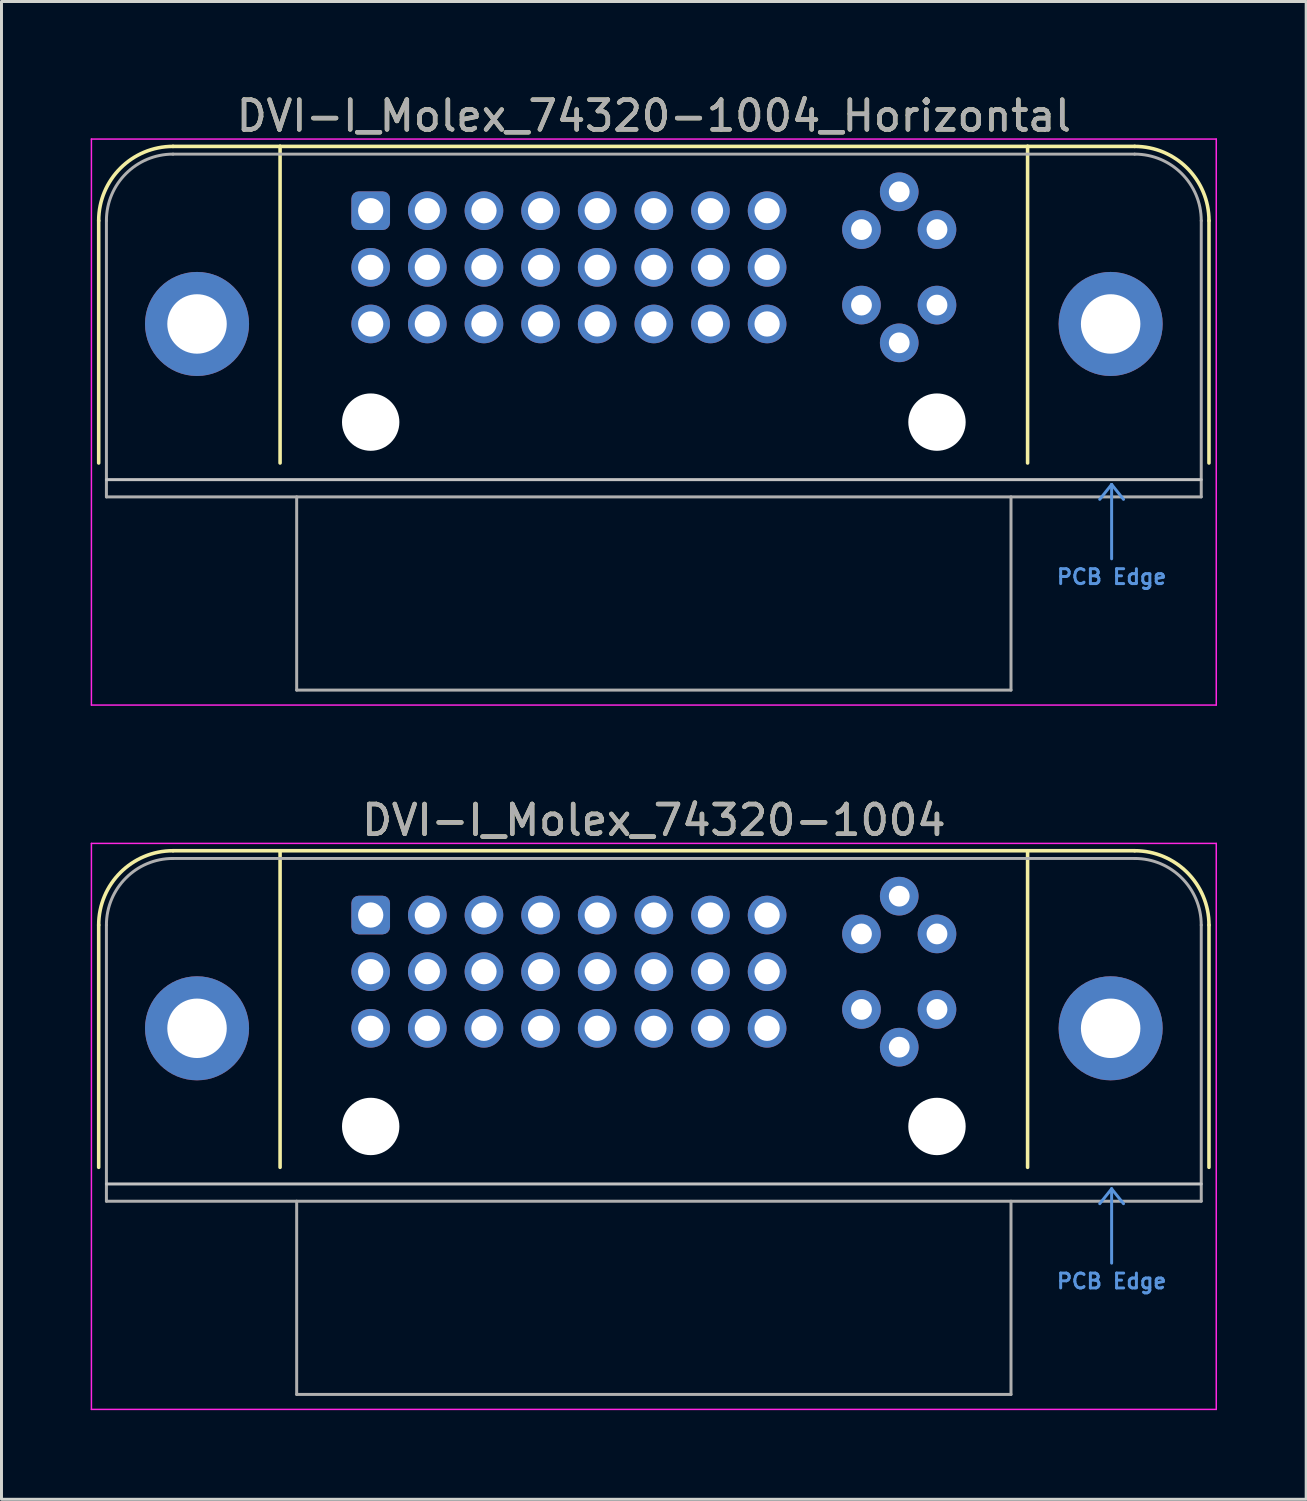
<source format=kicad_pcb>
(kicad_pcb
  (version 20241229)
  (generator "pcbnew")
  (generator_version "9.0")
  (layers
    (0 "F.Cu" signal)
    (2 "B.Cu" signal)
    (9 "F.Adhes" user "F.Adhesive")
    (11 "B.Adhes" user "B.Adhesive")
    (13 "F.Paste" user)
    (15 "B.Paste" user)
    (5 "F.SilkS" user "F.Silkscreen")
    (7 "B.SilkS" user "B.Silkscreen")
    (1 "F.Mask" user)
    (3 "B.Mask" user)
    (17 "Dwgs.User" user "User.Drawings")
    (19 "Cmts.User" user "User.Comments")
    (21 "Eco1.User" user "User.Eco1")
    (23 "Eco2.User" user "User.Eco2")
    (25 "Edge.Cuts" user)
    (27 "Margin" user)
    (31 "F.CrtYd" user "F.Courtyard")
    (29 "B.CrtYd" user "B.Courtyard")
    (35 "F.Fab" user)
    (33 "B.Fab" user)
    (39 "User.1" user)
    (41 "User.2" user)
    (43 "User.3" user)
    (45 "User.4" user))
  (footprint "DVI-I_Molex_74320-1004_Horizontal"
    (layer "F.Cu")
    (at 9.42 4.038)
    (property "Reference" "DVI-I_Molex_74320-1004_Horizontal" (at 9.525 -3.19 0) (layer "F.SilkS") (effects (font (size 1 1) (thickness 0.15))))
    (attr through_hole)
    (fp_line (start -9.15 0.337) (end -9.15 8.487) (stroke (width 0.12) (type solid)) (layer "F.SilkS"))
    (fp_line (start -6.65 -2.163) (end -3.048 -2.163) (stroke (width 0.12) (type solid)) (layer "F.SilkS"))
    (fp_line (start -3.048 -2.163) (end -3.048 8.487) (stroke (width 0.12) (type solid)) (layer "F.SilkS"))
    (fp_line (start -3.048 -2.163) (end 22.098 -2.163) (stroke (width 0.12) (type solid)) (layer "F.SilkS"))
    (fp_line (start 22.098 -2.163) (end 22.098 8.487) (stroke (width 0.12) (type solid)) (layer "F.SilkS"))
    (fp_line (start 22.098 -2.163) (end 25.7 -2.163) (stroke (width 0.12) (type solid)) (layer "F.SilkS"))
    (fp_line (start 28.2 0.337) (end 28.2 8.487) (stroke (width 0.12) (type solid)) (layer "F.SilkS"))
    (fp_arc (start -9.15 0.3366) (mid -8.417767 -1.431167) (end -6.65 -2.1634) (stroke (width 0.12) (type solid)) (layer "F.SilkS"))
    (fp_arc (start 25.7 -2.1634) (mid 27.467767 -1.431167) (end 28.2 0.3366) (stroke (width 0.12) (type solid)) (layer "F.SilkS"))
    (fp_line (start -8.89 9.047) (end 27.94 9.047) (stroke (width 0.1) (type default)) (layer "Dwgs.User"))
    (fp_line (start 24.525 9.71) (end 24.925 9.21) (stroke (width 0.1) (type default)) (layer "Cmts.User"))
    (fp_line (start 24.925 9.21) (end 24.925 11.71) (stroke (width 0.1) (type default)) (layer "Cmts.User"))
    (fp_line (start 24.925 9.21) (end 25.325 9.71) (stroke (width 0.1) (type default)) (layer "Cmts.User"))
    (fp_line (start -9.395 -2.41) (end 28.445 -2.41) (stroke (width 0.05) (type solid)) (layer "F.CrtYd"))
    (fp_line (start -9.395 16.63) (end -9.395 -2.41) (stroke (width 0.05) (type solid)) (layer "F.CrtYd"))
    (fp_line (start 28.445 -2.41) (end 28.445 16.63) (stroke (width 0.05) (type solid)) (layer "F.CrtYd"))
    (fp_line (start 28.445 16.63) (end -9.395 16.63) (stroke (width 0.05) (type solid)) (layer "F.CrtYd"))
    (fp_line (start -8.89 0.337) (end -8.89 9.627) (stroke (width 0.1) (type solid)) (layer "F.Fab"))
    (fp_line (start -8.89 9.627) (end 27.94 9.627) (stroke (width 0.1) (type solid)) (layer "F.Fab"))
    (fp_line (start -6.65 -1.903) (end 25.7 -1.903) (stroke (width 0.1) (type default)) (layer "F.Fab"))
    (fp_line (start -2.49 16.127) (end -2.49 9.627) (stroke (width 0.1) (type solid)) (layer "F.Fab"))
    (fp_line (start -2.49 16.127) (end 21.54 16.127) (stroke (width 0.1) (type solid)) (layer "F.Fab"))
    (fp_line (start 21.54 16.127) (end 21.54 9.627) (stroke (width 0.1) (type solid)) (layer "F.Fab"))
    (fp_line (start 27.94 9.627) (end 27.94 0.337) (stroke (width 0.1) (type solid)) (layer "F.Fab"))
    (fp_arc (start -8.89 0.3366) (mid -8.233919 -1.247319) (end -6.65 -1.9034) (stroke (width 0.1) (type default)) (layer "F.Fab"))
    (fp_arc (start 25.7 -1.9034) (mid 27.283919 -1.247319) (end 27.94 0.3366) (stroke (width 0.1) (type default)) (layer "F.Fab"))
    (fp_text user "PCB Edge" (at 24.925 12.61 0) (unlocked yes) (layer "Cmts.User") (effects (font (size 0.5 0.5) (thickness 0.1) (bold yes)) (justify bottom)))
    (fp_text user "${REFERENCE}" (at 9.525 -3.19 0) (layer "F.Fab") (effects (font (size 1 1) (thickness 0.15))))
    (pad "" np_thru_hole circle (at 0 7.112) (size 1.93 1.93) (drill 1.93) (layers "*.Cu" "*.Mask"))
    (pad "" np_thru_hole circle (at 19.05 7.112) (size 1.93 1.93) (drill 1.93) (layers "*.Cu" "*.Mask"))
    (pad "1" thru_hole roundrect (at 0 0) (size 1.3 1.3) (drill 0.85) (layers "*.Cu" "*.Mask") (roundrect_rratio 0.192))
    (pad "2" thru_hole circle (at 1.905 0) (size 1.3 1.3) (drill 0.85) (layers "*.Cu" "*.Mask"))
    (pad "3" thru_hole circle (at 3.81 0) (size 1.3 1.3) (drill 0.85) (layers "*.Cu" "*.Mask"))
    (pad "4" thru_hole circle (at 5.715 0) (size 1.3 1.3) (drill 0.85) (layers "*.Cu" "*.Mask"))
    (pad "5" thru_hole circle (at 7.62 0) (size 1.3 1.3) (drill 0.85) (layers "*.Cu" "*.Mask"))
    (pad "6" thru_hole circle (at 9.525 0) (size 1.3 1.3) (drill 0.85) (layers "*.Cu" "*.Mask"))
    (pad "7" thru_hole circle (at 11.43 0) (size 1.3 1.3) (drill 0.85) (layers "*.Cu" "*.Mask"))
    (pad "8" thru_hole circle (at 13.335 0) (size 1.3 1.3) (drill 0.85) (layers "*.Cu" "*.Mask"))
    (pad "9" thru_hole circle (at 0 1.905) (size 1.3 1.3) (drill 0.85) (layers "*.Cu" "*.Mask"))
    (pad "10" thru_hole circle (at 1.905 1.905) (size 1.3 1.3) (drill 0.85) (layers "*.Cu" "*.Mask"))
    (pad "11" thru_hole circle (at 3.81 1.905) (size 1.3 1.3) (drill 0.85) (layers "*.Cu" "*.Mask"))
    (pad "12" thru_hole circle (at 5.715 1.905) (size 1.3 1.3) (drill 0.85) (layers "*.Cu" "*.Mask"))
    (pad "13" thru_hole circle (at 7.62 1.905) (size 1.3 1.3) (drill 0.85) (layers "*.Cu" "*.Mask"))
    (pad "14" thru_hole circle (at 9.525 1.905) (size 1.3 1.3) (drill 0.85) (layers "*.Cu" "*.Mask"))
    (pad "15" thru_hole circle (at 11.43 1.905) (size 1.3 1.3) (drill 0.85) (layers "*.Cu" "*.Mask"))
    (pad "16" thru_hole circle (at 13.335 1.905) (size 1.3 1.3) (drill 0.85) (layers "*.Cu" "*.Mask"))
    (pad "17" thru_hole circle (at 0 3.81) (size 1.3 1.3) (drill 0.85) (layers "*.Cu" "*.Mask"))
    (pad "18" thru_hole circle (at 1.905 3.81) (size 1.3 1.3) (drill 0.85) (layers "*.Cu" "*.Mask"))
    (pad "19" thru_hole circle (at 3.81 3.81) (size 1.3 1.3) (drill 0.85) (layers "*.Cu" "*.Mask"))
    (pad "20" thru_hole circle (at 5.715 3.81) (size 1.3 1.3) (drill 0.85) (layers "*.Cu" "*.Mask"))
    (pad "21" thru_hole circle (at 7.62 3.81) (size 1.3 1.3) (drill 0.85) (layers "*.Cu" "*.Mask"))
    (pad "22" thru_hole circle (at 9.525 3.81) (size 1.3 1.3) (drill 0.85) (layers "*.Cu" "*.Mask"))
    (pad "23" thru_hole circle (at 11.43 3.81) (size 1.3 1.3) (drill 0.85) (layers "*.Cu" "*.Mask"))
    (pad "24" thru_hole circle (at 13.335 3.81) (size 1.3 1.3) (drill 0.85) (layers "*.Cu" "*.Mask"))
    (pad "C1" thru_hole circle (at 16.51 0.635) (size 1.3 1.3) (drill 0.7) (layers "*.Cu" "*.Mask"))
    (pad "C2" thru_hole circle (at 19.05 0.635) (size 1.3 1.3) (drill 0.7) (layers "*.Cu" "*.Mask"))
    (pad "C3" thru_hole circle (at 16.51 3.175) (size 1.3 1.3) (drill 0.7) (layers "*.Cu" "*.Mask"))
    (pad "C4" thru_hole circle (at 19.05 3.175) (size 1.3 1.3) (drill 0.7) (layers "*.Cu" "*.Mask"))
    (pad "C5" thru_hole circle (at 17.78 -0.635) (size 1.3 1.3) (drill 0.7) (layers "*.Cu" "*.Mask"))
    (pad "C5" thru_hole circle (at 17.78 4.445) (size 1.3 1.3) (drill 0.7) (layers "*.Cu" "*.Mask"))
    (pad "SH" thru_hole circle (at -5.842 3.81) (size 3.5 3.5) (drill 2) (layers "*.Cu" "*.Mask"))
    (pad "SH" thru_hole circle (at 24.892 3.81) (size 3.5 3.5) (drill 2) (layers "*.Cu" "*.Mask")))
  (footprint "DVI-I_Molex_74320-1004"
    (layer "F.Cu")
    (at 9.42 27.732)
    (property "Reference" "DVI-I_Molex_74320-1004" (at 9.525 -3.19 0) (layer "F.SilkS") (effects (font (size 1 1) (thickness 0.15))))
    (attr through_hole)
    (fp_line (start -9.15 0.337) (end -9.15 8.487) (stroke (width 0.12) (type solid)) (layer "F.SilkS"))
    (fp_line (start -6.65 -2.163) (end -3.048 -2.163) (stroke (width 0.12) (type solid)) (layer "F.SilkS"))
    (fp_line (start -3.048 -2.163) (end -3.048 8.487) (stroke (width 0.12) (type solid)) (layer "F.SilkS"))
    (fp_line (start -3.048 -2.163) (end 22.098 -2.163) (stroke (width 0.12) (type solid)) (layer "F.SilkS"))
    (fp_line (start 22.098 -2.163) (end 22.098 8.487) (stroke (width 0.12) (type solid)) (layer "F.SilkS"))
    (fp_line (start 22.098 -2.163) (end 25.7 -2.163) (stroke (width 0.12) (type solid)) (layer "F.SilkS"))
    (fp_line (start 28.2 0.337) (end 28.2 8.487) (stroke (width 0.12) (type solid)) (layer "F.SilkS"))
    (fp_arc (start -9.15 0.3366) (mid -8.417767 -1.431167) (end -6.65 -2.1634) (stroke (width 0.12) (type solid)) (layer "F.SilkS"))
    (fp_arc (start 25.7 -2.1634) (mid 27.467767 -1.431167) (end 28.2 0.3366) (stroke (width 0.12) (type solid)) (layer "F.SilkS"))
    (fp_line (start -8.89 9.047) (end 27.94 9.047) (stroke (width 0.1) (type default)) (layer "Dwgs.User"))
    (fp_line (start 24.525 9.71) (end 24.925 9.21) (stroke (width 0.1) (type default)) (layer "Cmts.User"))
    (fp_line (start 24.925 9.21) (end 24.925 11.71) (stroke (width 0.1) (type default)) (layer "Cmts.User"))
    (fp_line (start 24.925 9.21) (end 25.325 9.71) (stroke (width 0.1) (type default)) (layer "Cmts.User"))
    (fp_line (start -9.395 -2.41) (end 28.445 -2.41) (stroke (width 0.05) (type solid)) (layer "F.CrtYd"))
    (fp_line (start -9.395 16.63) (end -9.395 -2.41) (stroke (width 0.05) (type solid)) (layer "F.CrtYd"))
    (fp_line (start 28.445 -2.41) (end 28.445 16.63) (stroke (width 0.05) (type solid)) (layer "F.CrtYd"))
    (fp_line (start 28.445 16.63) (end -9.395 16.63) (stroke (width 0.05) (type solid)) (layer "F.CrtYd"))
    (fp_line (start -8.89 0.337) (end -8.89 9.627) (stroke (width 0.1) (type solid)) (layer "F.Fab"))
    (fp_line (start -8.89 9.627) (end 27.94 9.627) (stroke (width 0.1) (type solid)) (layer "F.Fab"))
    (fp_line (start -6.65 -1.903) (end 25.7 -1.903) (stroke (width 0.1) (type default)) (layer "F.Fab"))
    (fp_line (start -2.49 16.127) (end -2.49 9.627) (stroke (width 0.1) (type solid)) (layer "F.Fab"))
    (fp_line (start -2.49 16.127) (end 21.54 16.127) (stroke (width 0.1) (type solid)) (layer "F.Fab"))
    (fp_line (start 21.54 16.127) (end 21.54 9.627) (stroke (width 0.1) (type solid)) (layer "F.Fab"))
    (fp_line (start 27.94 9.627) (end 27.94 0.337) (stroke (width 0.1) (type solid)) (layer "F.Fab"))
    (fp_arc (start -8.89 0.3366) (mid -8.233919 -1.247319) (end -6.65 -1.9034) (stroke (width 0.1) (type default)) (layer "F.Fab"))
    (fp_arc (start 25.7 -1.9034) (mid 27.283919 -1.247319) (end 27.94 0.3366) (stroke (width 0.1) (type default)) (layer "F.Fab"))
    (fp_text user "PCB Edge" (at 24.925 12.61 0) (unlocked yes) (layer "Cmts.User") (effects (font (size 0.5 0.5) (thickness 0.1) (bold yes)) (justify bottom)))
    (fp_text user "${REFERENCE}" (at 9.525 -3.19 0) (layer "F.Fab") (effects (font (size 1 1) (thickness 0.15))))
    (pad "" np_thru_hole circle (at 0 7.112) (size 1.93 1.93) (drill 1.93) (layers "*.Cu" "*.Mask"))
    (pad "" np_thru_hole circle (at 19.05 7.112) (size 1.93 1.93) (drill 1.93) (layers "*.Cu" "*.Mask"))
    (pad "1" thru_hole roundrect (at 0 0) (size 1.3 1.3) (drill 0.85) (layers "*.Cu" "*.Mask") (roundrect_rratio 0.192))
    (pad "2" thru_hole circle (at 1.905 0) (size 1.3 1.3) (drill 0.85) (layers "*.Cu" "*.Mask"))
    (pad "3" thru_hole circle (at 3.81 0) (size 1.3 1.3) (drill 0.85) (layers "*.Cu" "*.Mask"))
    (pad "4" thru_hole circle (at 5.715 0) (size 1.3 1.3) (drill 0.85) (layers "*.Cu" "*.Mask"))
    (pad "5" thru_hole circle (at 7.62 0) (size 1.3 1.3) (drill 0.85) (layers "*.Cu" "*.Mask"))
    (pad "6" thru_hole circle (at 9.525 0) (size 1.3 1.3) (drill 0.85) (layers "*.Cu" "*.Mask"))
    (pad "7" thru_hole circle (at 11.43 0) (size 1.3 1.3) (drill 0.85) (layers "*.Cu" "*.Mask"))
    (pad "8" thru_hole circle (at 13.335 0) (size 1.3 1.3) (drill 0.85) (layers "*.Cu" "*.Mask"))
    (pad "9" thru_hole circle (at 0 1.905) (size 1.3 1.3) (drill 0.85) (layers "*.Cu" "*.Mask"))
    (pad "10" thru_hole circle (at 1.905 1.905) (size 1.3 1.3) (drill 0.85) (layers "*.Cu" "*.Mask"))
    (pad "11" thru_hole circle (at 3.81 1.905) (size 1.3 1.3) (drill 0.85) (layers "*.Cu" "*.Mask"))
    (pad "12" thru_hole circle (at 5.715 1.905) (size 1.3 1.3) (drill 0.85) (layers "*.Cu" "*.Mask"))
    (pad "13" thru_hole circle (at 7.62 1.905) (size 1.3 1.3) (drill 0.85) (layers "*.Cu" "*.Mask"))
    (pad "14" thru_hole circle (at 9.525 1.905) (size 1.3 1.3) (drill 0.85) (layers "*.Cu" "*.Mask"))
    (pad "15" thru_hole circle (at 11.43 1.905) (size 1.3 1.3) (drill 0.85) (layers "*.Cu" "*.Mask"))
    (pad "16" thru_hole circle (at 13.335 1.905) (size 1.3 1.3) (drill 0.85) (layers "*.Cu" "*.Mask"))
    (pad "17" thru_hole circle (at 0 3.81) (size 1.3 1.3) (drill 0.85) (layers "*.Cu" "*.Mask"))
    (pad "18" thru_hole circle (at 1.905 3.81) (size 1.3 1.3) (drill 0.85) (layers "*.Cu" "*.Mask"))
    (pad "19" thru_hole circle (at 3.81 3.81) (size 1.3 1.3) (drill 0.85) (layers "*.Cu" "*.Mask"))
    (pad "20" thru_hole circle (at 5.715 3.81) (size 1.3 1.3) (drill 0.85) (layers "*.Cu" "*.Mask"))
    (pad "21" thru_hole circle (at 7.62 3.81) (size 1.3 1.3) (drill 0.85) (layers "*.Cu" "*.Mask"))
    (pad "22" thru_hole circle (at 9.525 3.81) (size 1.3 1.3) (drill 0.85) (layers "*.Cu" "*.Mask"))
    (pad "23" thru_hole circle (at 11.43 3.81) (size 1.3 1.3) (drill 0.85) (layers "*.Cu" "*.Mask"))
    (pad "24" thru_hole circle (at 13.335 3.81) (size 1.3 1.3) (drill 0.85) (layers "*.Cu" "*.Mask"))
    (pad "C1" thru_hole circle (at 16.51 0.635) (size 1.3 1.3) (drill 0.7) (layers "*.Cu" "*.Mask"))
    (pad "C2" thru_hole circle (at 19.05 0.635) (size 1.3 1.3) (drill 0.7) (layers "*.Cu" "*.Mask"))
    (pad "C3" thru_hole circle (at 16.51 3.175) (size 1.3 1.3) (drill 0.7) (layers "*.Cu" "*.Mask"))
    (pad "C4" thru_hole circle (at 19.05 3.175) (size 1.3 1.3) (drill 0.7) (layers "*.Cu" "*.Mask"))
    (pad "C5" thru_hole circle (at 17.78 -0.635) (size 1.3 1.3) (drill 0.7) (layers "*.Cu" "*.Mask"))
    (pad "C5" thru_hole circle (at 17.78 4.445) (size 1.3 1.3) (drill 0.7) (layers "*.Cu" "*.Mask"))
    (pad "SH" thru_hole circle (at -5.842 3.81) (size 3.5 3.5) (drill 2) (layers "*.Cu" "*.Mask"))
    (pad "SH" thru_hole circle (at 24.892 3.81) (size 3.5 3.5) (drill 2) (layers "*.Cu" "*.Mask")))
  (gr_rect
    (start -3 -3)
    (end 40.89 47.386)
    (stroke (width 0.1) (type default))
    (fill no)
    (layer "Edge.Cuts")))
</source>
